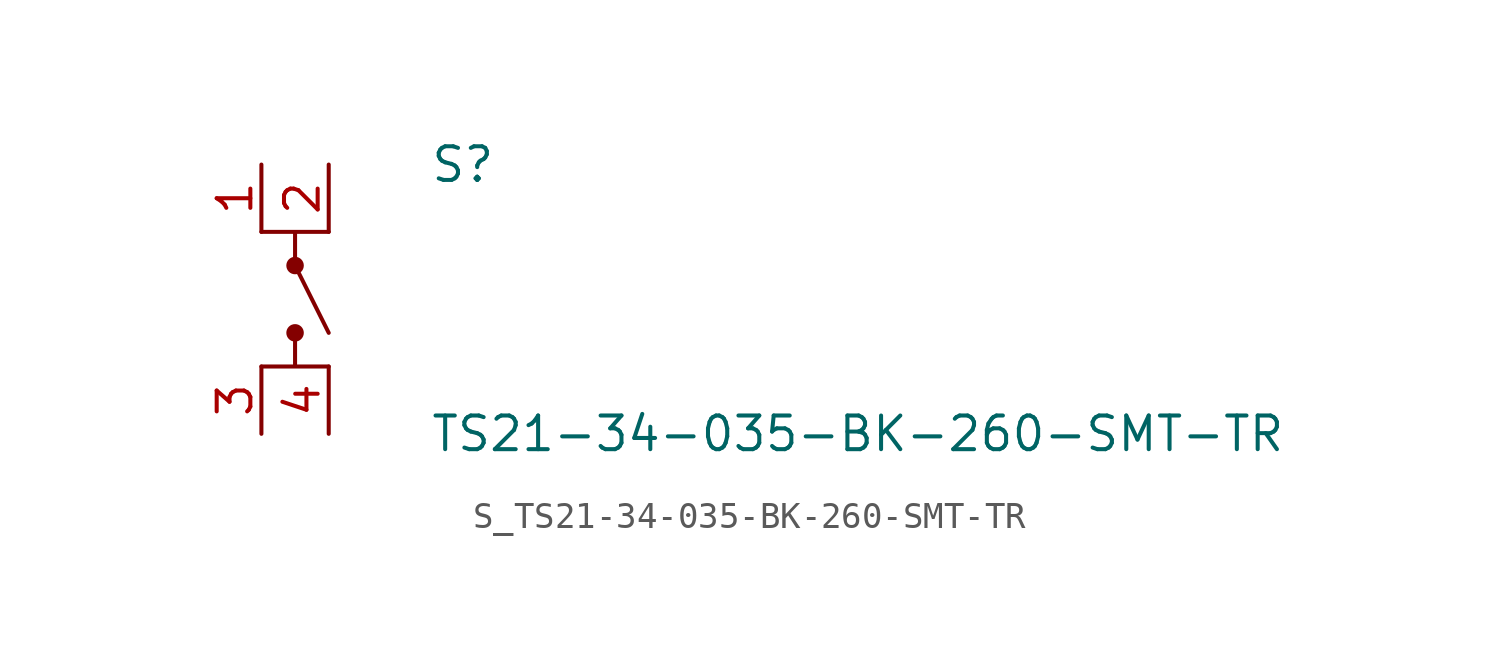
<source format=kicad_sym>
(kicad_symbol_lib
  (version 20231120)
  (generator kicad_symbol_editor)
  (generator_version 8.0)
  (symbol "S_TS21-34-035-BK-260-SMT-TR"
    (pin_names
      (offset 0.254))
    (property "Reference" "S"
      (at 5.08 5.08 0)
      (effects (font (size 1.27 1.27)) (justify left)))
    (property "Value" "TS21-34-035-BK-260-SMT-TR"
      (at 5.08 -5.08 0)
      (effects (font (size 1.27 1.27)) (justify left)))
    (symbol "S_TS21-34-035-BK-260-SMT-TR_0_0"
      (pin unspecified line (at -1.27 5.08 270) (length 2.54) (name "" (effects (font (size 1.27 1.27)))) (number "1" (effects (font (size 1.27 1.27)))))
      (pin unspecified line (at 1.27 5.08 270) (length 2.54) (name "" (effects (font (size 1.27 1.27)))) (number "2" (effects (font (size 1.27 1.27)))))
      (pin unspecified line (at -1.27 -5.08 90) (length 2.54) (name "" (effects (font (size 1.27 1.27)))) (number "3" (effects (font (size 1.27 1.27)))))
      (pin unspecified line (at 1.27 -5.08 90) (length 2.54) (name "" (effects (font (size 1.27 1.27)))) (number "4" (effects (font (size 1.27 1.27)))))
      (circle (center 0 1.27) (radius 0.254) (stroke (width 0) (type solid)) (fill (type outline)))
      (circle (center 0 -1.27) (radius 0.254) (stroke (width 0) (type solid)) (fill (type outline)))
      (polyline (pts (xy 1.27 2.54) (xy -1.27 2.54) (xy 0 2.54) (xy 0 1.27) (xy 1.27 -1.27)) (stroke (width 0) (type default)) (fill (type none)))
      (polyline (pts (xy 1.27 -2.54) (xy -1.27 -2.54) (xy 0 -2.54) (xy 0 -1.27)) (stroke (width 0) (type default)) (fill (type none))))
    (symbol "S_TS21-34-035-BK-260-SMT-TR_1_0")))
</source>
